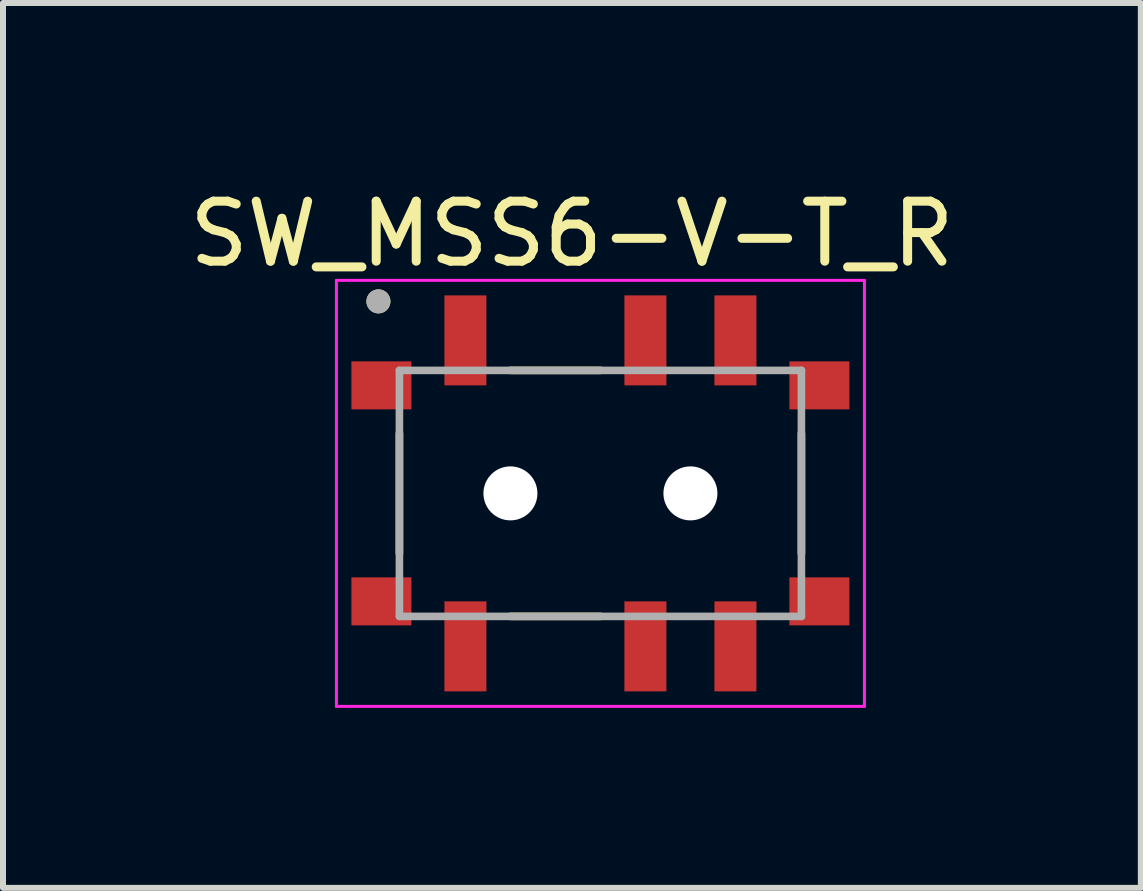
<source format=kicad_pcb>
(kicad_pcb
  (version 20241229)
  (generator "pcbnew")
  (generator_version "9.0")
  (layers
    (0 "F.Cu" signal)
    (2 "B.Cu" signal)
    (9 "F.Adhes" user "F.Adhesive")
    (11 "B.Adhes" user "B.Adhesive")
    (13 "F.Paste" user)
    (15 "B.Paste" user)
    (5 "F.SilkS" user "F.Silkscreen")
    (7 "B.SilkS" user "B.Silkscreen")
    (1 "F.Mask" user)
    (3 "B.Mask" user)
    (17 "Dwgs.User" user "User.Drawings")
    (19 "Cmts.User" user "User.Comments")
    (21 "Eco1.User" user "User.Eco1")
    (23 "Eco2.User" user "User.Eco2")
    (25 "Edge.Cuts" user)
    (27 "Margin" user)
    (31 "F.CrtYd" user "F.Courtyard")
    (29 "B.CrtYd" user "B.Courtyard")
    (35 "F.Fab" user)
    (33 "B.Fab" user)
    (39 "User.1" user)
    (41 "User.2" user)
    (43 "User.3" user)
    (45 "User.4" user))
  (footprint "SW_MSS6-V-T_R"
    (layer "F.Cu")
    (at 6.957 5.173)
    (property "Reference" "SW_MSS6-V-T_R" (at -0.475 -4.325 0) (layer "F.SilkS") (effects (font (size 1 1) (thickness 0.15))))
    (attr smd)
    (fp_line (start -3.35 -1) (end -3.35 1) (stroke (width 0.127) (type solid)) (layer "F.SilkS"))
    (fp_line (start -1.5 -2.05) (end 0 -2.05) (stroke (width 0.127) (type solid)) (layer "F.SilkS"))
    (fp_line (start 0 2.05) (end -1.5 2.05) (stroke (width 0.127) (type solid)) (layer "F.SilkS"))
    (fp_line (start 3.35 1) (end 3.35 -1) (stroke (width 0.127) (type solid)) (layer "F.SilkS"))
    (fp_circle (center -3.7 -3.2) (end -3.6 -3.2) (stroke (width 0.2) (type solid)) (fill no) (layer "F.SilkS"))
    (fp_line (start -4.4 -3.55) (end 4.4 -3.55) (stroke (width 0.05) (type solid)) (layer "F.CrtYd"))
    (fp_line (start -4.4 3.55) (end -4.4 -3.55) (stroke (width 0.05) (type solid)) (layer "F.CrtYd"))
    (fp_line (start 4.4 -3.55) (end 4.4 3.55) (stroke (width 0.05) (type solid)) (layer "F.CrtYd"))
    (fp_line (start 4.4 3.55) (end -4.4 3.55) (stroke (width 0.05) (type solid)) (layer "F.CrtYd"))
    (fp_line (start -3.35 -2.05) (end 3.35 -2.05) (stroke (width 0.127) (type solid)) (layer "F.Fab"))
    (fp_line (start -3.35 2.05) (end -3.35 -2.05) (stroke (width 0.127) (type solid)) (layer "F.Fab"))
    (fp_line (start 3.35 -2.05) (end 3.35 2.05) (stroke (width 0.127) (type solid)) (layer "F.Fab"))
    (fp_line (start 3.35 2.05) (end -3.35 2.05) (stroke (width 0.127) (type solid)) (layer "F.Fab"))
    (fp_circle (center -3.7 -3.2) (end -3.6 -3.2) (stroke (width 0.2) (type solid)) (fill no) (layer "F.Fab"))
    (pad "" np_thru_hole circle (at -1.5 0) (size 0.9 0.9) (drill 0.9) (layers "*.Cu" "*.Mask"))
    (pad "" np_thru_hole circle (at 1.5 0) (size 0.9 0.9) (drill 0.9) (layers "*.Cu" "*.Mask"))
    (pad "A" smd rect (at -2.25 -2.55) (size 0.7 1.5) (layers "F.Cu" "F.Mask" "F.Paste"))
    (pad "B" smd rect (at 0.75 -2.55) (size 0.7 1.5) (layers "F.Cu" "F.Mask" "F.Paste"))
    (pad "C" smd rect (at 2.25 -2.55) (size 0.7 1.5) (layers "F.Cu" "F.Mask" "F.Paste"))
    (pad "D" smd rect (at -2.25 2.55 180) (size 0.7 1.5) (layers "F.Cu" "F.Mask" "F.Paste"))
    (pad "E" smd rect (at 0.75 2.55 180) (size 0.7 1.5) (layers "F.Cu" "F.Mask" "F.Paste"))
    (pad "F" smd rect (at 2.25 2.55 180) (size 0.7 1.5) (layers "F.Cu" "F.Mask" "F.Paste"))
    (pad "S1" smd rect (at -3.65 -1.8) (size 1 0.8) (layers "F.Cu" "F.Mask" "F.Paste"))
    (pad "S2" smd rect (at -3.65 1.8) (size 1 0.8) (layers "F.Cu" "F.Mask" "F.Paste"))
    (pad "S3" smd rect (at 3.65 1.8 180) (size 1 0.8) (layers "F.Cu" "F.Mask" "F.Paste"))
    (pad "S4" smd rect (at 3.65 -1.8 180) (size 1 0.8) (layers "F.Cu" "F.Mask" "F.Paste")))
  (gr_rect
    (start -3 -3)
    (end 15.964 11.748)
    (stroke (width 0.1) (type default))
    (fill no)
    (layer "Edge.Cuts")))
</source>
